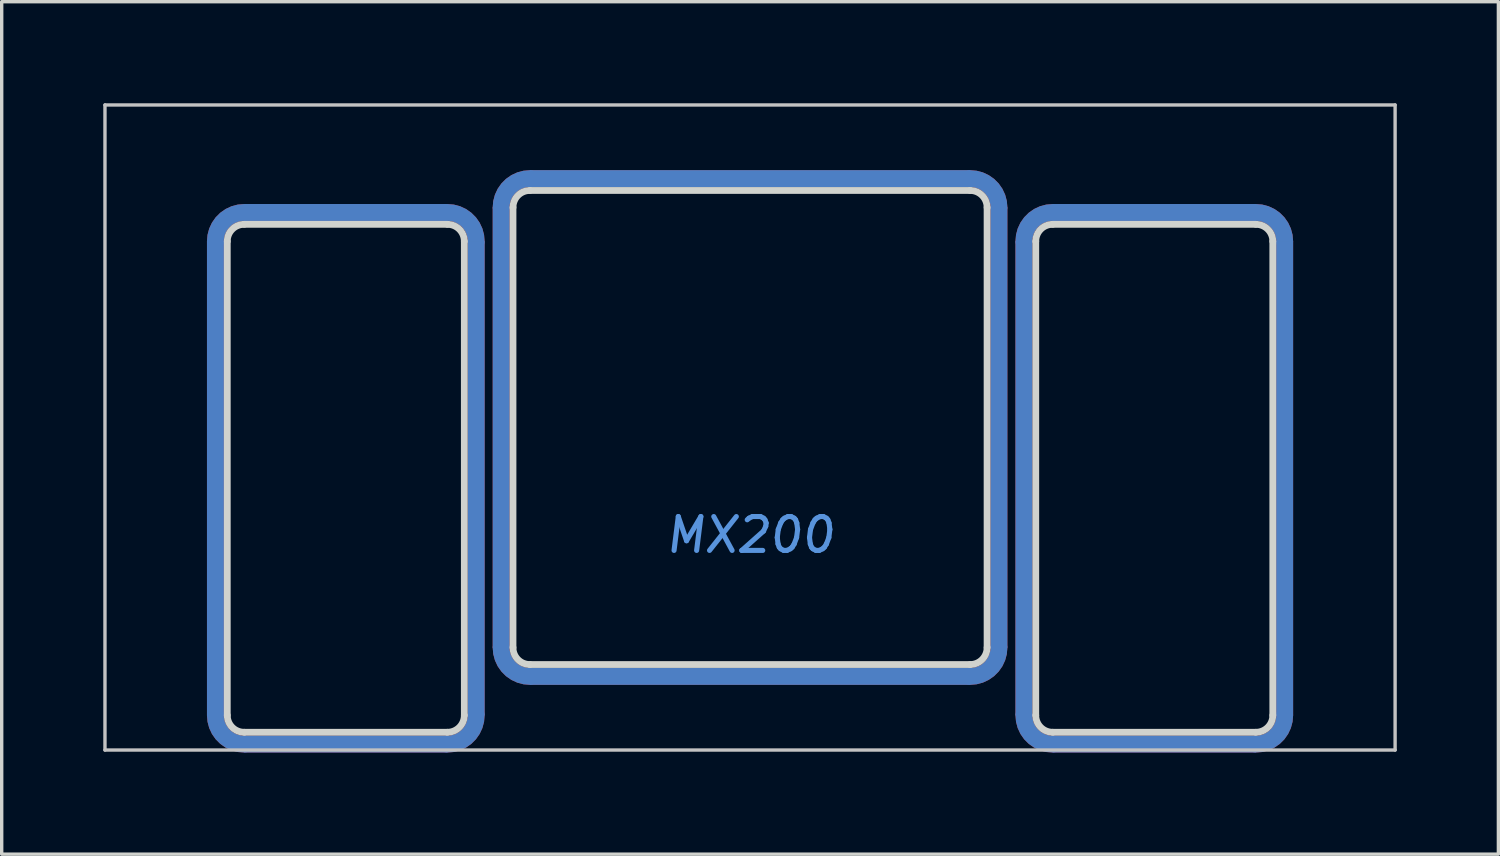
<source format=kicad_pcb>
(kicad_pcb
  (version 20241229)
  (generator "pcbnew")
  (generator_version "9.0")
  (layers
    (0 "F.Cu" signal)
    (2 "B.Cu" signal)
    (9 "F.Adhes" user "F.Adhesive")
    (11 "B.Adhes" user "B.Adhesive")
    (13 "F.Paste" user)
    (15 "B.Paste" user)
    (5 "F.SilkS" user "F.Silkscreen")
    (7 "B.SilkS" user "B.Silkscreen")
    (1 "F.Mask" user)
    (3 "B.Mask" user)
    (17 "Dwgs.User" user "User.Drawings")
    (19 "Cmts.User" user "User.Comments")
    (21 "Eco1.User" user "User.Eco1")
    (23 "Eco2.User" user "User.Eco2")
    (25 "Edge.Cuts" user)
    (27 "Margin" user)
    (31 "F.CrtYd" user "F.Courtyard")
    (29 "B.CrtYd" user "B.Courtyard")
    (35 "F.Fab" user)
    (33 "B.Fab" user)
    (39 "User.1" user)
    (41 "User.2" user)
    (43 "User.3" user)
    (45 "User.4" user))
  (footprint "MX200"
    (layer "F.Cu")
    (at 19.1 9.575)
    (property "Reference" "MX200" (at 0 3.175 0) (layer "Cmts.User") (effects (font (size 1 1) (thickness 0.15) (italic yes))))
    (attr through_hole)
    (fp_line (start -19.05 -9.525) (end -19.05 9.525) (stroke (width 0.1) (type solid)) (layer "Dwgs.User"))
    (fp_line (start -19.05 -9.525) (end 19.05 -9.525) (stroke (width 0.1) (type solid)) (layer "Dwgs.User"))
    (fp_line (start -19.05 9.525) (end 19.05 9.525) (stroke (width 0.1) (type solid)) (layer "Dwgs.User"))
    (fp_line (start 19.05 -9.525) (end 19.05 9.525) (stroke (width 0.1) (type solid)) (layer "Dwgs.User"))
    (fp_line (start -2.159 0) (end 2.159 0) (stroke (width 0.1) (type solid)) (layer "Eco1.User"))
    (fp_line (start 0 -2.286) (end 0 2.286) (stroke (width 0.1) (type solid)) (layer "Eco1.User"))
    (fp_circle (center 0 0) (end 1.905 0) (stroke (width 0.1) (type solid)) (fill no) (layer "Eco1.User"))
    (fp_line (start -15.438 -5.5) (end -15.438 8.5) (stroke (width 0.2) (type solid)) (layer "Edge.Cuts"))
    (fp_line (start -14.938 -6) (end -8.938 -6) (stroke (width 0.2) (type solid)) (layer "Edge.Cuts"))
    (fp_line (start -14.938 9) (end -8.938 9) (stroke (width 0.2) (type solid)) (layer "Edge.Cuts"))
    (fp_line (start -8.438 -5.5) (end -8.438 8.5) (stroke (width 0.2) (type solid)) (layer "Edge.Cuts"))
    (fp_line (start -7 -6.5) (end -7 6.5) (stroke (width 0.2) (type solid)) (layer "Edge.Cuts"))
    (fp_line (start -6.5 -7) (end 6.5 -7) (stroke (width 0.2) (type solid)) (layer "Edge.Cuts"))
    (fp_line (start -6.5 7) (end 6.5 7) (stroke (width 0.2) (type solid)) (layer "Edge.Cuts"))
    (fp_line (start 7 -6.5) (end 7 6.5) (stroke (width 0.2) (type solid)) (layer "Edge.Cuts"))
    (fp_line (start 8.438 -5.5) (end 8.438 8.5) (stroke (width 0.2) (type solid)) (layer "Edge.Cuts"))
    (fp_line (start 8.938 -6) (end 14.938 -6) (stroke (width 0.2) (type solid)) (layer "Edge.Cuts"))
    (fp_line (start 8.938 9) (end 14.938 9) (stroke (width 0.2) (type solid)) (layer "Edge.Cuts"))
    (fp_line (start 15.438 -5.5) (end 15.438 8.5) (stroke (width 0.2) (type solid)) (layer "Edge.Cuts"))
    (fp_arc (start -15.438 -5.5) (mid -15.291553 -5.853553) (end -14.938 -6) (stroke (width 0.2) (type solid)) (layer "Edge.Cuts"))
    (fp_arc (start -14.938 9) (mid -15.291553 8.853553) (end -15.438 8.5) (stroke (width 0.2) (type solid)) (layer "Edge.Cuts"))
    (fp_arc (start -8.938 -6) (mid -8.584447 -5.853553) (end -8.438 -5.5) (stroke (width 0.2) (type solid)) (layer "Edge.Cuts"))
    (fp_arc (start -8.438 8.5) (mid -8.584447 8.853553) (end -8.938 9) (stroke (width 0.2) (type solid)) (layer "Edge.Cuts"))
    (fp_arc (start -7 -6.5) (mid -6.853553 -6.853553) (end -6.5 -7) (stroke (width 0.2) (type solid)) (layer "Edge.Cuts"))
    (fp_arc (start -6.5 7) (mid -6.853553 6.853553) (end -7 6.5) (stroke (width 0.2) (type solid)) (layer "Edge.Cuts"))
    (fp_arc (start 6.5 -7) (mid 6.853553 -6.853553) (end 7 -6.5) (stroke (width 0.2) (type solid)) (layer "Edge.Cuts"))
    (fp_arc (start 7 6.5) (mid 6.853553 6.853553) (end 6.5 7) (stroke (width 0.2) (type solid)) (layer "Edge.Cuts"))
    (fp_arc (start 8.438 -5.5) (mid 8.584447 -5.853553) (end 8.938 -6) (stroke (width 0.2) (type solid)) (layer "Edge.Cuts"))
    (fp_arc (start 8.938 9) (mid 8.584447 8.853553) (end 8.438 8.5) (stroke (width 0.2) (type solid)) (layer "Edge.Cuts"))
    (fp_arc (start 14.938 -6) (mid 15.291553 -5.853553) (end 15.438 -5.5) (stroke (width 0.2) (type solid)) (layer "Edge.Cuts"))
    (fp_arc (start 15.438 8.5) (mid 15.291553 8.853553) (end 14.938 9) (stroke (width 0.2) (type solid)) (layer "Edge.Cuts"))
    (pad "1" smd rect (at -15.788 1.5) (size 0.5 14) (layers "F.Cu" "F.Mask"))
    (pad "1" smd rect (at -15.788 1.5) (size 0.5 14) (layers "B.Cu" "B.Mask"))
    (pad "1" smd custom (at -15.538 -6.1) (size 0.1 0.1) (layers "F.Cu" "F.Mask") (options (anchor rect)) (primitives (gr_arc (start -0.25 0.6) (mid -0.001041 -0.001041) (end 0.6 -0.25) (width 0.5))))
    (pad "1" smd custom (at -15.538 -6.1) (size 0.1 0.1) (layers "B.Cu" "B.Mask") (options (anchor rect)) (primitives (gr_arc (start -0.25 0.6) (mid -0.001041 -0.001041) (end 0.6 -0.25) (width 0.5))))
    (pad "1" smd custom (at -15.538 9.1 90) (size 0.1 0.1) (layers "F.Cu" "F.Mask") (options (anchor rect)) (primitives (gr_arc (start -0.25 0.6) (mid -0.001041 -0.001041) (end 0.6 -0.25) (width 0.5))))
    (pad "1" smd custom (at -15.538 9.1 90) (size 0.1 0.1) (layers "B.Cu" "B.Mask") (options (anchor rect)) (primitives (gr_arc (start -0.25 0.6) (mid -0.001041 -0.001041) (end 0.6 -0.25) (width 0.5))))
    (pad "1" smd rect (at -11.938 -6.35 270) (size 0.5 6) (layers "F.Cu" "F.Mask"))
    (pad "1" smd rect (at -11.938 -6.35 270) (size 0.5 6) (layers "B.Cu" "B.Mask"))
    (pad "1" smd rect (at -11.938 9.35 270) (size 0.5 6) (layers "F.Cu" "F.Mask"))
    (pad "1" smd rect (at -11.938 9.35 270) (size 0.5 6) (layers "B.Cu" "B.Mask"))
    (pad "1" smd custom (at -8.338 -6.1 270) (size 0.1 0.1) (layers "F.Cu" "F.Mask") (options (anchor rect)) (primitives (gr_arc (start -0.25 0.6) (mid -0.001041 -0.001041) (end 0.6 -0.25) (width 0.5))))
    (pad "1" smd custom (at -8.338 -6.1 270) (size 0.1 0.1) (layers "B.Cu" "B.Mask") (options (anchor rect)) (primitives (gr_arc (start -0.25 0.6) (mid -0.001041 -0.001041) (end 0.6 -0.25) (width 0.5))))
    (pad "1" smd custom (at -8.338 9.1 180) (size 0.1 0.1) (layers "F.Cu" "F.Mask") (options (anchor rect)) (primitives (gr_arc (start -0.25 0.6) (mid -0.001041 -0.001041) (end 0.6 -0.25) (width 0.5))))
    (pad "1" smd custom (at -8.338 9.1 180) (size 0.1 0.1) (layers "B.Cu" "B.Mask") (options (anchor rect)) (primitives (gr_arc (start -0.25 0.6) (mid -0.001041 -0.001041) (end 0.6 -0.25) (width 0.5))))
    (pad "1" smd rect (at -8.088 1.5) (size 0.5 14) (layers "F.Cu" "F.Mask"))
    (pad "1" smd rect (at -8.088 1.5) (size 0.5 14) (layers "B.Cu" "B.Mask"))
    (pad "1" smd rect (at -7.35 0) (size 0.5 13) (layers "F.Cu" "F.Mask"))
    (pad "1" smd rect (at -7.35 0) (size 0.5 13) (layers "B.Cu" "B.Mask"))
    (pad "1" smd custom (at -7.1 -7.1) (size 0.1 0.1) (layers "F.Cu" "F.Mask") (options (anchor rect)) (primitives (gr_arc (start -0.25 0.6) (mid -0.001041 -0.001041) (end 0.6 -0.25) (width 0.5))))
    (pad "1" smd custom (at -7.1 -7.1) (size 0.1 0.1) (layers "B.Cu" "B.Mask") (options (anchor rect)) (primitives (gr_arc (start -0.25 0.6) (mid -0.001041 -0.001041) (end 0.6 -0.25) (width 0.5))))
    (pad "1" smd custom (at -7.1 7.1 90) (size 0.1 0.1) (layers "F.Cu" "F.Mask") (options (anchor rect)) (primitives (gr_arc (start -0.25 0.6) (mid -0.001041 -0.001041) (end 0.6 -0.25) (width 0.5))))
    (pad "1" smd custom (at -7.1 7.1 90) (size 0.1 0.1) (layers "B.Cu" "B.Mask") (options (anchor rect)) (primitives (gr_arc (start -0.25 0.6) (mid -0.001041 -0.001041) (end 0.6 -0.25) (width 0.5))))
    (pad "1" smd rect (at 0 -7.35 270) (size 0.5 13) (layers "F.Cu" "F.Mask"))
    (pad "1" smd rect (at 0 -7.35 270) (size 0.5 13) (layers "B.Cu" "B.Mask"))
    (pad "1" smd rect (at 0 7.35 90) (size 0.5 13) (layers "F.Cu" "F.Mask"))
    (pad "1" smd rect (at 0 7.35 90) (size 0.5 13) (layers "B.Cu" "B.Mask"))
    (pad "1" smd custom (at 7.1 -7.1 270) (size 0.1 0.1) (layers "F.Cu" "F.Mask") (options (anchor rect)) (primitives (gr_arc (start -0.25 0.6) (mid -0.001041 -0.001041) (end 0.6 -0.25) (width 0.5))))
    (pad "1" smd custom (at 7.1 -7.1 270) (size 0.1 0.1) (layers "B.Cu" "B.Mask") (options (anchor rect)) (primitives (gr_arc (start -0.25 0.6) (mid -0.001041 -0.001041) (end 0.6 -0.25) (width 0.5))))
    (pad "1" smd custom (at 7.1 7.1 180) (size 0.1 0.1) (layers "F.Cu" "F.Mask") (options (anchor rect)) (primitives (gr_arc (start -0.25 0.6) (mid -0.001041 -0.001041) (end 0.6 -0.25) (width 0.5))))
    (pad "1" smd custom (at 7.1 7.1 180) (size 0.1 0.1) (layers "B.Cu" "B.Mask") (options (anchor rect)) (primitives (gr_arc (start -0.25 0.6) (mid -0.001041 -0.001041) (end 0.6 -0.25) (width 0.5))))
    (pad "1" smd rect (at 7.35 0 180) (size 0.5 13) (layers "F.Cu" "F.Mask"))
    (pad "1" smd rect (at 7.35 0 180) (size 0.5 13) (layers "B.Cu" "B.Mask"))
    (pad "1" smd rect (at 8.088 1.5 180) (size 0.5 14) (layers "F.Cu" "F.Mask"))
    (pad "1" smd rect (at 8.088 1.5 180) (size 0.5 14) (layers "B.Cu" "B.Mask"))
    (pad "1" smd custom (at 8.338 -6.1) (size 0.1 0.1) (layers "F.Cu" "F.Mask") (options (anchor rect)) (primitives (gr_arc (start -0.25 0.6) (mid -0.001041 -0.001041) (end 0.6 -0.25) (width 0.5))))
    (pad "1" smd custom (at 8.338 -6.1) (size 0.1 0.1) (layers "B.Cu" "B.Mask") (options (anchor rect)) (primitives (gr_arc (start -0.25 0.6) (mid -0.001041 -0.001041) (end 0.6 -0.25) (width 0.5))))
    (pad "1" smd custom (at 8.338 9.1 90) (size 0.1 0.1) (layers "F.Cu" "F.Mask") (options (anchor rect)) (primitives (gr_arc (start -0.25 0.6) (mid -0.001041 -0.001041) (end 0.6 -0.25) (width 0.5))))
    (pad "1" smd custom (at 8.338 9.1 90) (size 0.1 0.1) (layers "B.Cu" "B.Mask") (options (anchor rect)) (primitives (gr_arc (start -0.25 0.6) (mid -0.001041 -0.001041) (end 0.6 -0.25) (width 0.5))))
    (pad "1" smd rect (at 11.938 -6.35 270) (size 0.5 6) (layers "F.Cu" "F.Mask"))
    (pad "1" smd rect (at 11.938 -6.35 270) (size 0.5 6) (layers "B.Cu" "B.Mask"))
    (pad "1" smd rect (at 11.938 9.35 270) (size 0.5 6) (layers "F.Cu" "F.Mask"))
    (pad "1" smd rect (at 11.938 9.35 270) (size 0.5 6) (layers "B.Cu" "B.Mask"))
    (pad "1" smd custom (at 15.538 -6.1 270) (size 0.1 0.1) (layers "F.Cu" "F.Mask") (options (anchor rect)) (primitives (gr_arc (start -0.25 0.6) (mid -0.001041 -0.001041) (end 0.6 -0.25) (width 0.5))))
    (pad "1" smd custom (at 15.538 -6.1 270) (size 0.1 0.1) (layers "B.Cu" "B.Mask") (options (anchor rect)) (primitives (gr_arc (start -0.25 0.6) (mid -0.001041 -0.001041) (end 0.6 -0.25) (width 0.5))))
    (pad "1" smd custom (at 15.538 9.1 180) (size 0.1 0.1) (layers "F.Cu" "F.Mask") (options (anchor rect)) (primitives (gr_arc (start -0.25 0.6) (mid -0.001041 -0.001041) (end 0.6 -0.25) (width 0.5))))
    (pad "1" smd custom (at 15.538 9.1 180) (size 0.1 0.1) (layers "B.Cu" "B.Mask") (options (anchor rect)) (primitives (gr_arc (start -0.25 0.6) (mid -0.001041 -0.001041) (end 0.6 -0.25) (width 0.5))))
    (pad "1" smd rect (at 15.788 1.5 180) (size 0.5 14) (layers "F.Cu" "F.Mask"))
    (pad "1" smd rect (at 15.788 1.5 180) (size 0.5 14) (layers "B.Cu" "B.Mask")))
  (gr_rect
    (start -3 -3)
    (end 41.2 22.175)
    (stroke (width 0.1) (type default))
    (fill no)
    (layer "Edge.Cuts")))
</source>
